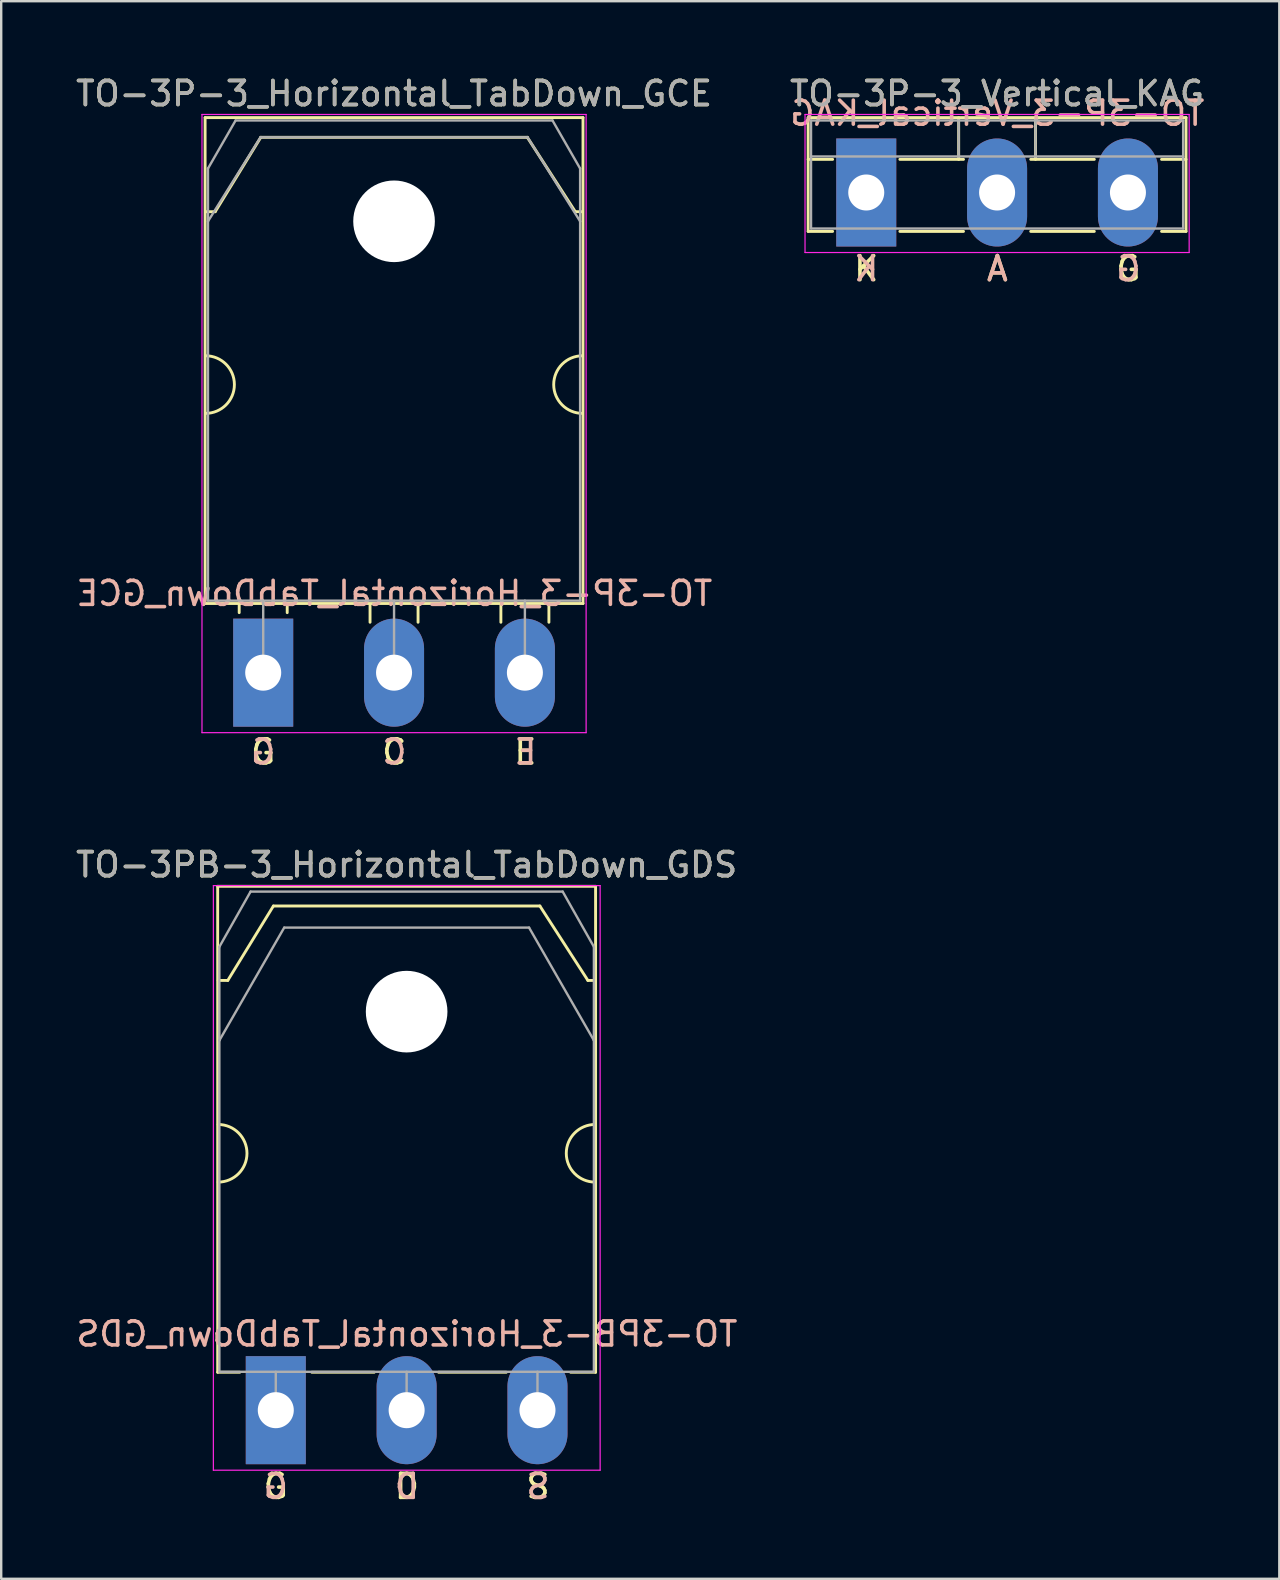
<source format=kicad_pcb>
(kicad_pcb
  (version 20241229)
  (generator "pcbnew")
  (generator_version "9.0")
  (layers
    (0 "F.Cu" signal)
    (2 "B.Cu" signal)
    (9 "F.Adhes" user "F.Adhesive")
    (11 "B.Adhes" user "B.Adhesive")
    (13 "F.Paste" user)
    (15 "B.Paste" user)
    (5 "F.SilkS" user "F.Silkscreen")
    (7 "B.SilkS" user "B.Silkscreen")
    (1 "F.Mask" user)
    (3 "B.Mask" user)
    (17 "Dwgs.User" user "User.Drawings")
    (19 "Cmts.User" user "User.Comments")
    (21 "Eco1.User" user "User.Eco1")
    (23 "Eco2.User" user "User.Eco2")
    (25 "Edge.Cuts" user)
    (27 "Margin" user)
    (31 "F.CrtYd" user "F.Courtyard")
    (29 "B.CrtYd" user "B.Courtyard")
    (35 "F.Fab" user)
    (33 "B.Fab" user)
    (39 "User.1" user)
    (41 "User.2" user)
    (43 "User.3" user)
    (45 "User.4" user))
  (footprint "TO-3P-3_Horizontal_TabDown_GCE"
    (layer "F.Cu")
    (at 7.913 24.968)
    (property "Reference" "TO-3P-3_Horizontal_TabDown_GCE" (at 5.45 -24.12 0) (layer "F.SilkS") (effects (font (size 1 1) (thickness 0.15))))
    (fp_line (start -2.42 -23.12) (end -2.42 -2.88) (stroke (width 0.12) (type solid)) (layer "F.SilkS"))
    (fp_line (start -2.42 -23.12) (end 13.32 -23.12) (stroke (width 0.12) (type solid)) (layer "F.SilkS"))
    (fp_line (start -2.42 -2.88) (end 13.32 -2.88) (stroke (width 0.12) (type solid)) (layer "F.SilkS"))
    (fp_line (start -2 -19.2) (end -2.4 -19.2) (stroke (width 0.12) (type solid)) (layer "F.SilkS"))
    (fp_line (start -2 -19.2) (end -0.1 -22.3) (stroke (width 0.12) (type solid)) (layer "F.SilkS"))
    (fp_line (start -1 -2.85) (end -1 -2.5) (stroke (width 0.12) (type solid)) (layer "F.SilkS"))
    (fp_line (start -0.1 -22.3) (end 11 -22.3) (stroke (width 0.12) (type solid)) (layer "F.SilkS"))
    (fp_line (start 1 -2.85) (end 1 -2.5) (stroke (width 0.12) (type solid)) (layer "F.SilkS"))
    (fp_line (start 4.45 -2.85) (end 4.45 -2.1) (stroke (width 0.12) (type solid)) (layer "F.SilkS"))
    (fp_line (start 6.45 -2.85) (end 6.45 -2.1) (stroke (width 0.12) (type solid)) (layer "F.SilkS"))
    (fp_line (start 9.9 -2.85) (end 9.9 -2.1) (stroke (width 0.12) (type solid)) (layer "F.SilkS"))
    (fp_line (start 11 -22.3) (end 13 -19.2) (stroke (width 0.12) (type solid)) (layer "F.SilkS"))
    (fp_line (start 11.9 -2.85) (end 11.9 -2.1) (stroke (width 0.12) (type solid)) (layer "F.SilkS"))
    (fp_line (start 13 -19.2) (end 13.3 -19.2) (stroke (width 0.12) (type solid)) (layer "F.SilkS"))
    (fp_line (start 13.32 -23.12) (end 13.32 -2.88) (stroke (width 0.12) (type solid)) (layer "F.SilkS"))
    (fp_arc (start -2.4 -13.2) (mid -1.2 -12) (end -2.4 -10.8) (stroke (width 0.12) (type solid)) (layer "F.SilkS"))
    (fp_arc (start 13.3 -10.8) (mid 12.1 -12) (end 13.3 -13.2) (stroke (width 0.12) (type solid)) (layer "F.SilkS"))
    (fp_line (start -2.55 -23.25) (end -2.55 2.5) (stroke (width 0.05) (type solid)) (layer "F.CrtYd"))
    (fp_line (start -2.55 2.5) (end 13.45 2.5) (stroke (width 0.05) (type solid)) (layer "F.CrtYd"))
    (fp_line (start 13.45 -23.25) (end -2.55 -23.25) (stroke (width 0.05) (type solid)) (layer "F.CrtYd"))
    (fp_line (start 13.45 2.5) (end 13.45 -23.25) (stroke (width 0.05) (type solid)) (layer "F.CrtYd"))
    (fp_line (start -2.3 -21) (end -1.15 -23) (stroke (width 0.1) (type solid)) (layer "F.Fab"))
    (fp_line (start -2.3 -18.8) (end -2.3 -21) (stroke (width 0.1) (type solid)) (layer "F.Fab"))
    (fp_line (start -2.3 -18.8) (end -0.11 -22.3) (stroke (width 0.1) (type solid)) (layer "F.Fab"))
    (fp_line (start -2.3 -3) (end -2.3 -18.8) (stroke (width 0.1) (type solid)) (layer "F.Fab"))
    (fp_line (start -1.15 -23) (end 12.05 -23) (stroke (width 0.1) (type solid)) (layer "F.Fab"))
    (fp_line (start -0.11 -22.3) (end 11.01 -22.3) (stroke (width 0.1) (type solid)) (layer "F.Fab"))
    (fp_line (start 0 -3) (end 0 0) (stroke (width 0.1) (type solid)) (layer "F.Fab"))
    (fp_line (start 5.45 -3) (end 5.45 0) (stroke (width 0.1) (type solid)) (layer "F.Fab"))
    (fp_line (start 10.9 -3) (end 10.9 0) (stroke (width 0.1) (type solid)) (layer "F.Fab"))
    (fp_line (start 11.01 -22.3) (end 13.2 -18.8) (stroke (width 0.1) (type solid)) (layer "F.Fab"))
    (fp_line (start 12.05 -23) (end 13.2 -21) (stroke (width 0.1) (type solid)) (layer "F.Fab"))
    (fp_line (start 13.2 -21) (end 13.2 -18.8) (stroke (width 0.1) (type solid)) (layer "F.Fab"))
    (fp_line (start 13.2 -18.8) (end 13.2 -3) (stroke (width 0.1) (type solid)) (layer "F.Fab"))
    (fp_line (start 13.2 -3) (end -2.3 -3) (stroke (width 0.1) (type solid)) (layer "F.Fab"))
    (fp_circle (center 5.45 -18.8) (end 7.05 -18.8) (stroke (width 0.1) (type solid)) (fill no) (layer "F.Fab"))
    (fp_text user "C" (at 5.461 3.302 0) (layer "F.SilkS") (effects (font (size 1 1) (thickness 0.15))))
    (fp_text user "E" (at 10.922 3.302 0) (layer "F.SilkS") (effects (font (size 1 1) (thickness 0.15))))
    (fp_text user "G" (at 0 3.302 0) (layer "F.SilkS") (effects (font (size 1 1) (thickness 0.15))))
    (fp_text user "${REFERENCE}" (at 5.461 -3.302 0) (layer "B.SilkS") (effects (font (size 1 1) (thickness 0.15)) (justify mirror)))
    (fp_text user "E" (at 10.922 3.302 0) (layer "B.SilkS") (effects (font (size 1 1) (thickness 0.15)) (justify mirror)))
    (fp_text user "C" (at 5.461 3.302 0) (layer "B.SilkS") (effects (font (size 1 1) (thickness 0.15)) (justify mirror)))
    (fp_text user "G" (at 0 3.302 0) (layer "B.SilkS") (effects (font (size 1 1) (thickness 0.15)) (justify mirror)))
    (fp_text user "${REFERENCE}" (at 5.45 -24.12 0) (layer "F.Fab") (effects (font (size 1 1) (thickness 0.15))))
    (pad "" np_thru_hole oval (at 5.45 -18.8) (size 3.4 3.4) (drill 3.4) (layers "*.Cu" "*.Mask"))
    (pad "1" thru_hole rect (at 0 0) (size 2.5 4.5) (drill 1.5) (layers "*.Cu" "*.Mask"))
    (pad "2" thru_hole oval (at 5.45 0) (size 2.5 4.5) (drill 1.5) (layers "*.Cu" "*.Mask"))
    (pad "3" thru_hole oval (at 10.9 0) (size 2.5 4.5) (drill 1.5) (layers "*.Cu" "*.Mask")))
  (footprint "TO-3P-3_Vertical_KAG"
    (layer "F.Cu")
    (at 33.031 4.968)
    (property "Reference" "TO-3P-3_Vertical_KAG" (at 5.45 -4.12 0) (layer "F.SilkS") (effects (font (size 1 1) (thickness 0.15))))
    (fp_line (start -2.42 -3.12) (end -2.42 1.62) (stroke (width 0.12) (type solid)) (layer "F.SilkS"))
    (fp_line (start -2.42 -3.12) (end 13.32 -3.12) (stroke (width 0.12) (type solid)) (layer "F.SilkS"))
    (fp_line (start -2.42 -1.38) (end -1.4 -1.38) (stroke (width 0.12) (type solid)) (layer "F.SilkS"))
    (fp_line (start -2.42 1.62) (end -1.4 1.62) (stroke (width 0.12) (type solid)) (layer "F.SilkS"))
    (fp_line (start 1.4 -1.38) (end 4.051 -1.38) (stroke (width 0.12) (type solid)) (layer "F.SilkS"))
    (fp_line (start 1.4 1.62) (end 4.051 1.62) (stroke (width 0.12) (type solid)) (layer "F.SilkS"))
    (fp_line (start 3.85 -3.12) (end 3.85 -1.38) (stroke (width 0.12) (type solid)) (layer "F.SilkS"))
    (fp_line (start 6.85 -1.38) (end 9.5 -1.38) (stroke (width 0.12) (type solid)) (layer "F.SilkS"))
    (fp_line (start 6.85 1.62) (end 9.5 1.62) (stroke (width 0.12) (type solid)) (layer "F.SilkS"))
    (fp_line (start 7.051 -3.12) (end 7.051 -1.38) (stroke (width 0.12) (type solid)) (layer "F.SilkS"))
    (fp_line (start 12.3 -1.38) (end 13.32 -1.38) (stroke (width 0.12) (type solid)) (layer "F.SilkS"))
    (fp_line (start 12.3 1.62) (end 13.32 1.62) (stroke (width 0.12) (type solid)) (layer "F.SilkS"))
    (fp_line (start 13.32 -3.12) (end 13.32 1.62) (stroke (width 0.12) (type solid)) (layer "F.SilkS"))
    (fp_line (start -2.55 -3.25) (end -2.55 2.5) (stroke (width 0.05) (type solid)) (layer "F.CrtYd"))
    (fp_line (start -2.55 2.5) (end 13.45 2.5) (stroke (width 0.05) (type solid)) (layer "F.CrtYd"))
    (fp_line (start 13.45 -3.25) (end -2.55 -3.25) (stroke (width 0.05) (type solid)) (layer "F.CrtYd"))
    (fp_line (start 13.45 2.5) (end 13.45 -3.25) (stroke (width 0.05) (type solid)) (layer "F.CrtYd"))
    (fp_line (start -2.3 -3) (end -2.3 1.5) (stroke (width 0.1) (type solid)) (layer "F.Fab"))
    (fp_line (start -2.3 -1.5) (end 13.2 -1.5) (stroke (width 0.1) (type solid)) (layer "F.Fab"))
    (fp_line (start -2.3 1.5) (end 13.2 1.5) (stroke (width 0.1) (type solid)) (layer "F.Fab"))
    (fp_line (start 3.85 -3) (end 3.85 -1.5) (stroke (width 0.1) (type solid)) (layer "F.Fab"))
    (fp_line (start 7.05 -3) (end 7.05 -1.5) (stroke (width 0.1) (type solid)) (layer "F.Fab"))
    (fp_line (start 13.2 -3) (end -2.3 -3) (stroke (width 0.1) (type solid)) (layer "F.Fab"))
    (fp_line (start 13.2 1.5) (end 13.2 -3) (stroke (width 0.1) (type solid)) (layer "F.Fab"))
    (fp_text user "G" (at 10.922 3.175 0) (layer "F.SilkS") (effects (font (size 1 1) (thickness 0.15))))
    (fp_text user "A" (at 5.461 3.175 0) (layer "F.SilkS") (effects (font (size 1 1) (thickness 0.15))))
    (fp_text user "K" (at 0 3.175 0) (layer "F.SilkS") (effects (font (size 1 1) (thickness 0.15))))
    (fp_text user "G" (at 10.922 3.175 0) (layer "B.SilkS") (effects (font (size 1 1) (thickness 0.15)) (justify mirror)))
    (fp_text user "A" (at 5.461 3.175 0) (layer "B.SilkS") (effects (font (size 1 1) (thickness 0.15)) (justify mirror)))
    (fp_text user "${REFERENCE}" (at 5.461 -3.302 0) (layer "B.SilkS") (effects (font (size 1 1) (thickness 0.15)) (justify mirror)))
    (fp_text user "K" (at 0 3.175 0) (layer "B.SilkS") (effects (font (size 1 1) (thickness 0.15)) (justify mirror)))
    (fp_text user "${REFERENCE}" (at 5.45 -4.12 0) (layer "F.Fab") (effects (font (size 1 1) (thickness 0.15))))
    (pad "1" thru_hole rect (at 0 0) (size 2.5 4.5) (drill 1.5) (layers "*.Cu" "*.Mask"))
    (pad "2" thru_hole oval (at 5.45 0) (size 2.5 4.5) (drill 1.5) (layers "*.Cu" "*.Mask"))
    (pad "3" thru_hole oval (at 10.9 0) (size 2.5 4.5) (drill 1.5) (layers "*.Cu" "*.Mask")))
  (footprint "TO-3PB-3_Horizontal_TabDown_GDS"
    (layer "F.Cu")
    (at 8.437 55.687)
    (property "Reference" "TO-3PB-3_Horizontal_TabDown_GDS" (at 5.45 -22.72 0) (layer "F.SilkS") (effects (font (size 1 1) (thickness 0.15))))
    (fp_line (start -2.42 -21.82) (end -2.42 -1.58) (stroke (width 0.12) (type solid)) (layer "F.SilkS"))
    (fp_line (start -2.42 -21.82) (end 13.32 -21.82) (stroke (width 0.12) (type solid)) (layer "F.SilkS"))
    (fp_line (start -2.42 -1.58) (end -1.5 -1.58) (stroke (width 0.12) (type solid)) (layer "F.SilkS"))
    (fp_line (start -2 -17.9) (end -2.4 -17.9) (stroke (width 0.12) (type solid)) (layer "F.SilkS"))
    (fp_line (start -2 -17.9) (end -0.1 -21) (stroke (width 0.12) (type solid)) (layer "F.SilkS"))
    (fp_line (start -0.1 -21) (end 11 -21) (stroke (width 0.12) (type solid)) (layer "F.SilkS"))
    (fp_line (start 1.5 -1.58) (end 4.1 -1.58) (stroke (width 0.12) (type solid)) (layer "F.SilkS"))
    (fp_line (start 6.78 -1.58) (end 9.6 -1.58) (stroke (width 0.12) (type solid)) (layer "F.SilkS"))
    (fp_line (start 11 -21) (end 13 -17.9) (stroke (width 0.12) (type solid)) (layer "F.SilkS"))
    (fp_line (start 12.28 -1.58) (end 13.32 -1.58) (stroke (width 0.12) (type solid)) (layer "F.SilkS"))
    (fp_line (start 13 -17.9) (end 13.3 -17.9) (stroke (width 0.12) (type solid)) (layer "F.SilkS"))
    (fp_line (start 13.32 -21.82) (end 13.32 -1.58) (stroke (width 0.12) (type solid)) (layer "F.SilkS"))
    (fp_arc (start -2.4 -11.9) (mid -1.2 -10.7) (end -2.4 -9.5) (stroke (width 0.12) (type solid)) (layer "F.SilkS"))
    (fp_arc (start 13.3 -9.5) (mid 12.1 -10.7) (end 13.3 -11.9) (stroke (width 0.12) (type solid)) (layer "F.SilkS"))
    (fp_line (start -2.6 -21.85) (end -2.6 2.5) (stroke (width 0.05) (type solid)) (layer "F.CrtYd"))
    (fp_line (start -2.6 2.5) (end 13.51 2.5) (stroke (width 0.05) (type solid)) (layer "F.CrtYd"))
    (fp_line (start 13.51 -21.85) (end -2.6 -21.85) (stroke (width 0.05) (type solid)) (layer "F.CrtYd"))
    (fp_line (start 13.51 2.5) (end 13.51 -21.85) (stroke (width 0.05) (type solid)) (layer "F.CrtYd"))
    (fp_line (start -2.35 -19.3) (end -1.05 -21.6) (stroke (width 0.1) (type solid)) (layer "F.Fab"))
    (fp_line (start -2.35 -15.401) (end -2.35 -19.3) (stroke (width 0.1) (type solid)) (layer "F.Fab"))
    (fp_line (start -2.35 -15.401) (end 0.351 -20.1) (stroke (width 0.1) (type solid)) (layer "F.Fab"))
    (fp_line (start -2.35 -1.6) (end -2.35 -15.401) (stroke (width 0.1) (type solid)) (layer "F.Fab"))
    (fp_line (start -1.05 -21.6) (end 11.95 -21.6) (stroke (width 0.1) (type solid)) (layer "F.Fab"))
    (fp_line (start 0 -1.6) (end 0 0) (stroke (width 0.1) (type solid)) (layer "F.Fab"))
    (fp_line (start 0.351 -20.1) (end 10.55 -20.1) (stroke (width 0.1) (type solid)) (layer "F.Fab"))
    (fp_line (start 5.45 -1.6) (end 5.45 0) (stroke (width 0.1) (type solid)) (layer "F.Fab"))
    (fp_line (start 10.55 -20.1) (end 13.25 -15.401) (stroke (width 0.1) (type solid)) (layer "F.Fab"))
    (fp_line (start 10.9 -1.6) (end 10.9 0) (stroke (width 0.1) (type solid)) (layer "F.Fab"))
    (fp_line (start 11.95 -21.6) (end 13.25 -19.3) (stroke (width 0.1) (type solid)) (layer "F.Fab"))
    (fp_line (start 13.25 -19.3) (end 13.25 -15.401) (stroke (width 0.1) (type solid)) (layer "F.Fab"))
    (fp_line (start 13.25 -15.401) (end 13.25 -1.6) (stroke (width 0.1) (type solid)) (layer "F.Fab"))
    (fp_line (start 13.25 -1.6) (end -2.35 -1.6) (stroke (width 0.1) (type solid)) (layer "F.Fab"))
    (fp_circle (center 5.45 -16.6) (end 7.05 -16.6) (stroke (width 0.1) (type solid)) (fill no) (layer "F.Fab"))
    (fp_text user "G" (at 0 3.175 0) (unlocked yes) (layer "F.SilkS") (effects (font (size 1 1) (thickness 0.15))))
    (fp_text user "D" (at 5.461 3.175 0) (unlocked yes) (layer "F.SilkS") (effects (font (size 1 1) (thickness 0.15))))
    (fp_text user "S" (at 10.922 3.175 0) (unlocked yes) (layer "F.SilkS") (effects (font (size 1 1) (thickness 0.15))))
    (fp_text user "G" (at 0 3.175 0) (unlocked yes) (layer "B.SilkS") (effects (font (size 1 1) (thickness 0.15)) (justify mirror)))
    (fp_text user "${REFERENCE}" (at 5.461 -3.175 0) (layer "B.SilkS") (effects (font (size 1 1) (thickness 0.15)) (justify mirror)))
    (fp_text user "D" (at 5.461 3.175 0) (unlocked yes) (layer "B.SilkS") (effects (font (size 1 1) (thickness 0.15)) (justify mirror)))
    (fp_text user "S" (at 10.922 3.175 0) (unlocked yes) (layer "B.SilkS") (effects (font (size 1 1) (thickness 0.15)) (justify mirror)))
    (fp_text user "${REFERENCE}" (at 5.45 -22.72 0) (layer "F.Fab") (effects (font (size 1 1) (thickness 0.15))))
    (pad "" np_thru_hole oval (at 5.45 -16.6) (size 3.4 3.4) (drill 3.4) (layers "*.Cu" "*.Mask"))
    (pad "1" thru_hole rect (at 0 0) (size 2.5 4.5) (drill 1.5) (layers "*.Cu" "*.Mask"))
    (pad "2" thru_hole oval (at 5.45 0) (size 2.5 4.5) (drill 1.5) (layers "*.Cu" "*.Mask"))
    (pad "3" thru_hole oval (at 10.9 0) (size 2.5 4.5) (drill 1.5) (layers "*.Cu" "*.Mask")))
  (gr_rect
    (start -3 -3)
    (end 50.236 62.71)
    (stroke (width 0.1) (type default))
    (fill no)
    (layer "Edge.Cuts")))
</source>
